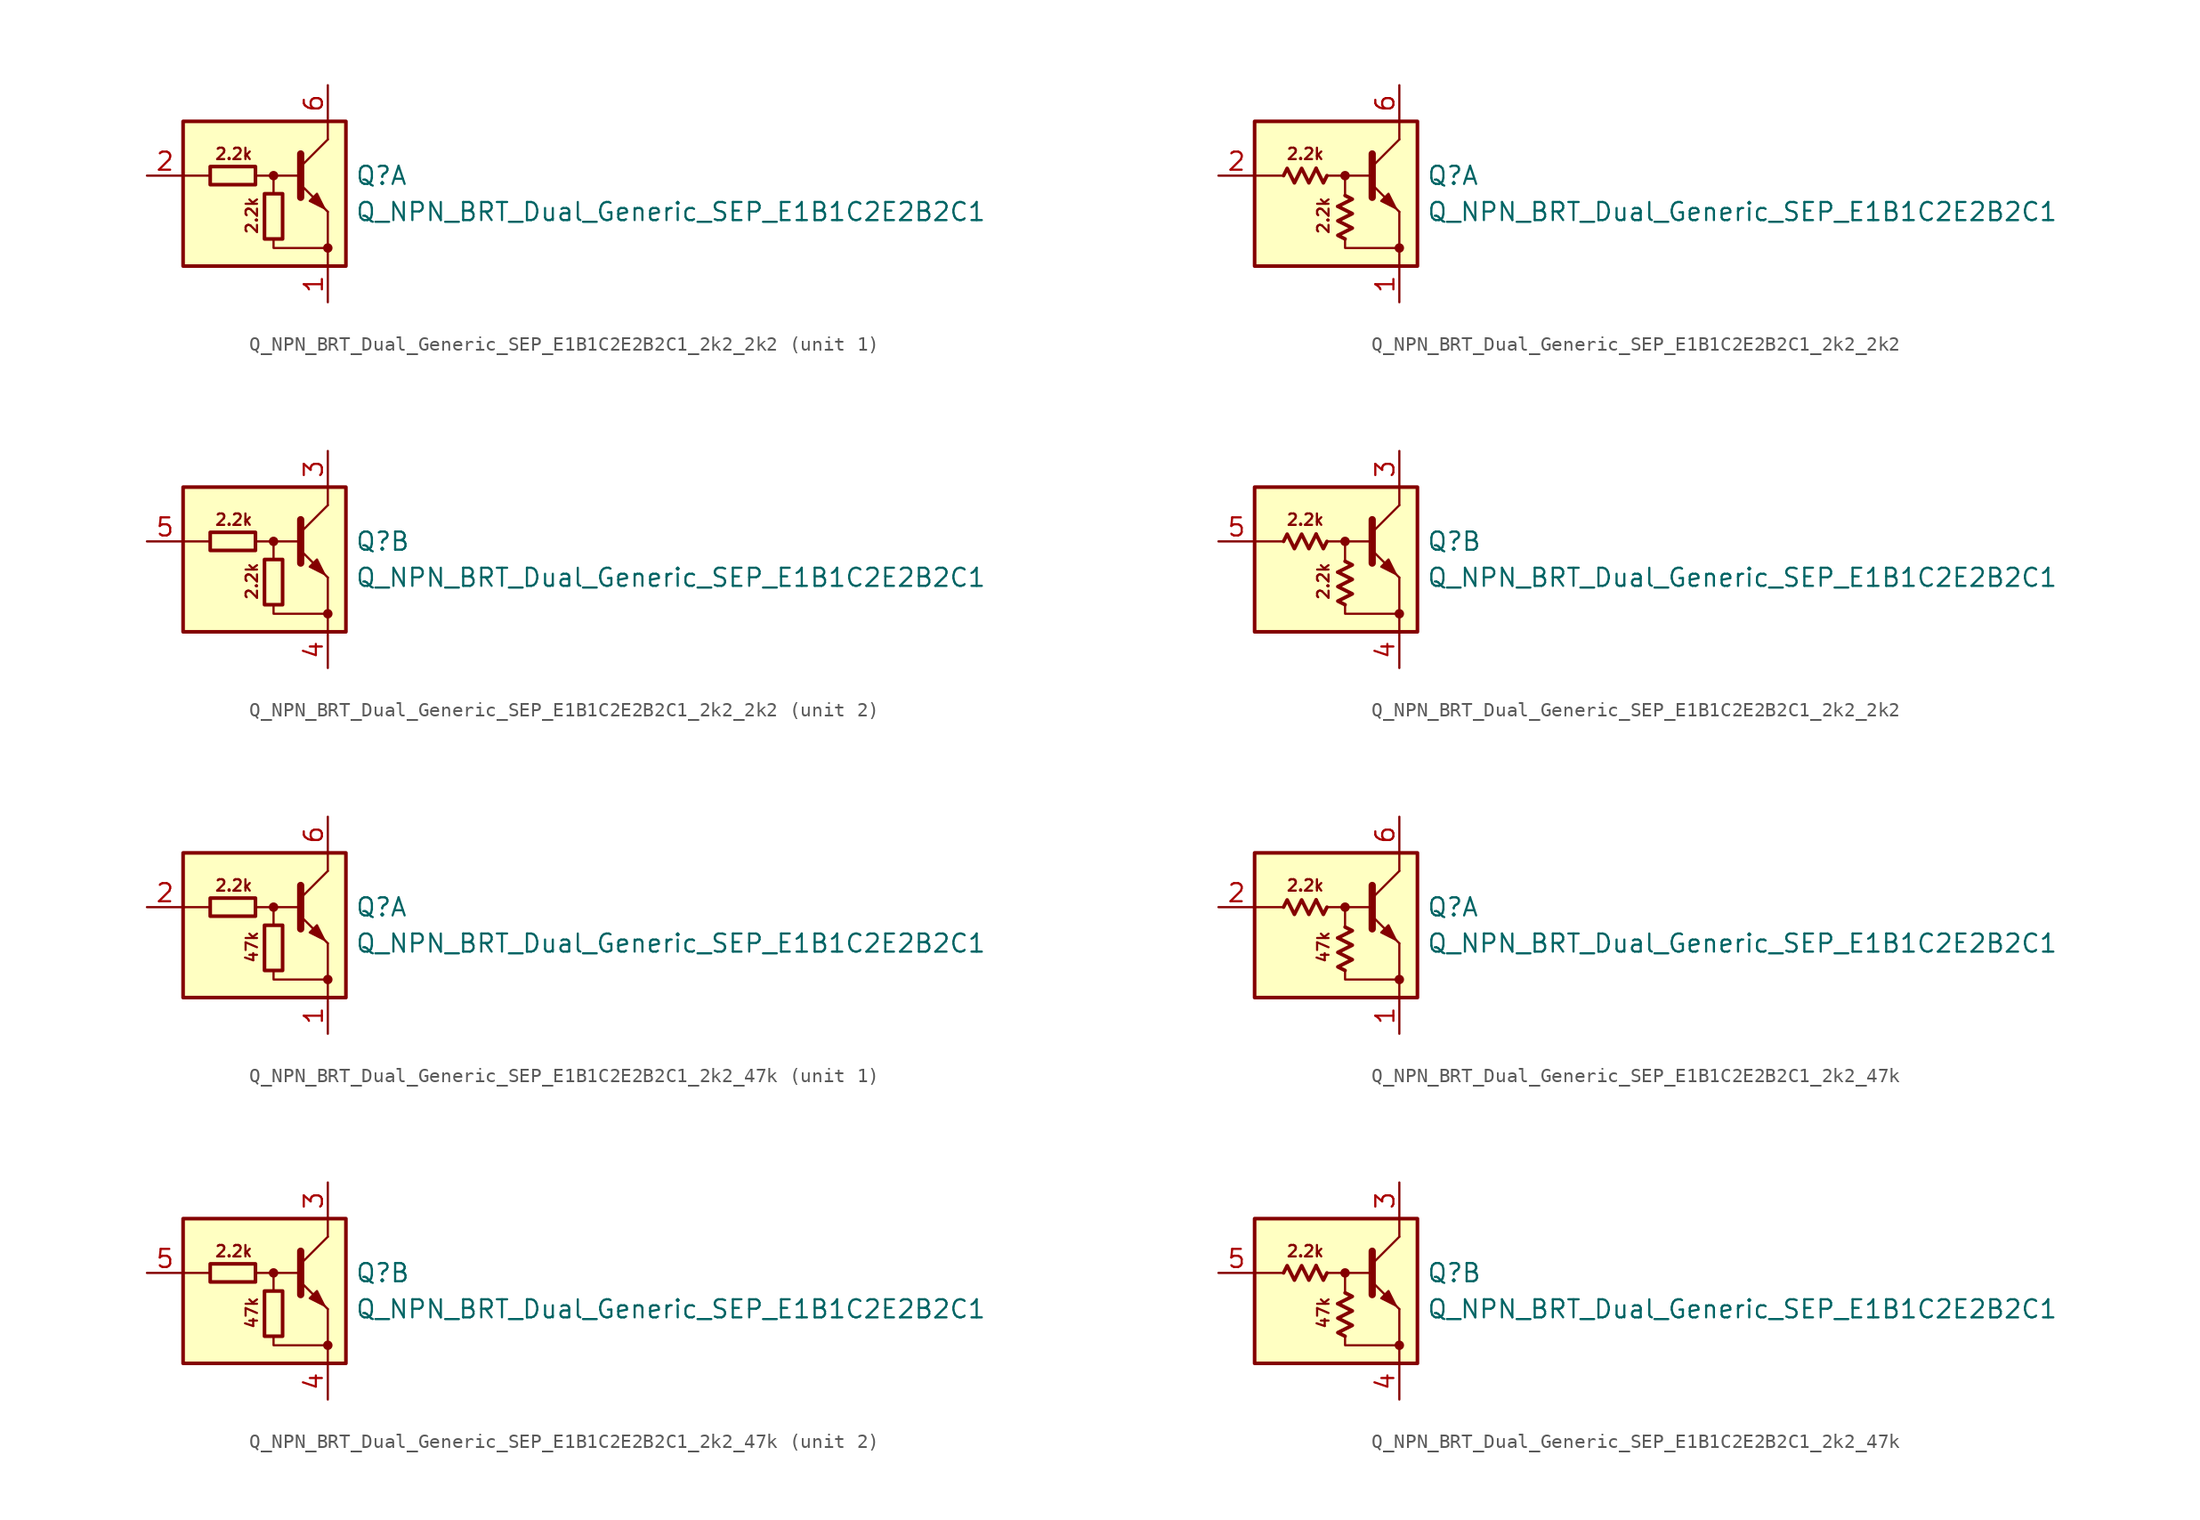
<source format=kicad_sym>
(kicad_symbol_lib
  (version 20220914)
  (generator kicad_symbol_editor)
  (symbol "Q_NPN_BRT_Dual_Generic_SEP_E1B1C2E2B2C1_2k2_2k2"
    (pin_names
      (offset 1.016) hide)
    (property "Reference" "Q"
      (at 5.715 1.27 0)
      (effects (font (size 1.27 1.27)) (justify left)))
    (property "Value" "Q_NPN_BRT_Dual_Generic_SEP_E1B1C2E2B2C1"
      (at 5.715 -1.27 0)
      (effects (font (size 1.27 1.27)) (justify left)))
    (property "ki_locked" ""
      (at 0 0 0)
      (effects (font (size 1.27 1.27))))
    (symbol "Q_NPN_BRT_Dual_Generic_SEP_E1B1C2E2B2C1_2k2_2k2_0_2"
      (polyline (pts (xy -2.032 1.778) (xy -1.524 0.762) (xy -1.27 1.27)) (stroke (width 0.254) (type default)) (fill (type none)))
      (polyline (pts (xy -0.508 -0.889) (xy 0.508 -0.381) (xy 0 -0.127)) (stroke (width 0.254) (type default)) (fill (type none)))
      (polyline (pts (xy -4.318 1.27) (xy -4.064 1.778) (xy -3.556 0.762) (xy -3.048 1.778) (xy -2.54 0.762) (xy -2.032 1.778)) (stroke (width 0.254) (type default)) (fill (type none)))
      (polyline (pts (xy 0 -3.175) (xy -0.508 -2.921) (xy 0.508 -2.413) (xy -0.508 -1.905) (xy 0.508 -1.397) (xy -0.508 -0.889)) (stroke (width 0.254) (type default)) (fill (type none))))
    (symbol "Q_NPN_BRT_Dual_Generic_SEP_E1B1C2E2B2C1_2k2_2k2_1_0"
      (rectangle (start -6.35 5.08) (end 5.08 -5.08) (stroke (width 0.254) (type default)) (fill (type background)))
      (polyline (pts (xy -4.445 1.27) (xy -6.35 1.27)) (stroke (width 0) (type default)) (fill (type none)))
      (polyline (pts (xy -0.254 1.27) (xy 1.905 1.27)) (stroke (width 0) (type default)) (fill (type none)))
      (polyline (pts (xy 1.905 1.905) (xy 3.81 3.81)) (stroke (width 0) (type default)) (fill (type none)))
      (polyline (pts (xy 1.905 2.794) (xy 1.905 -0.254)) (stroke (width 0.508) (type default)) (fill (type none)))
      (polyline (pts (xy 3.81 -3.81) (xy 3.81 -5.08)) (stroke (width 0) (type default)) (fill (type none)))
      (polyline (pts (xy 3.81 -3.81) (xy 3.81 -1.27)) (stroke (width 0) (type default)) (fill (type none)))
      (polyline (pts (xy 3.81 3.81) (xy 3.81 5.08)) (stroke (width 0) (type default)) (fill (type none)))
      (polyline (pts (xy -1.27 1.27) (xy 0 1.27) (xy 0 0)) (stroke (width 0) (type default)) (fill (type none)))
      (polyline (pts (xy 0 -3.175) (xy 0 -3.81) (xy 3.81 -3.81)) (stroke (width 0) (type default)) (fill (type none)))
      (polyline (pts (xy 1.905 0.635) (xy 3.81 -1.27) (xy 3.81 -1.27)) (stroke (width 0) (type default)) (fill (type none)))
      (polyline (pts (xy 2.54 -0.508) (xy 3.048 0) (xy 3.556 -1.016) (xy 2.54 -0.508) (xy 2.54 -0.508)) (stroke (width 0) (type default)) (fill (type outline)))
      (circle (center 0 1.27) (radius 0.254) (stroke (width 0) (type default)) (fill (type outline)))
      (circle (center 3.81 -3.81) (radius 0.254) (stroke (width 0) (type default)) (fill (type outline)))
      (text "2.2k" (at -2.794 2.794 0) (effects (font (size 0.8 0.8))))
      (text "2.2k" (at -1.524 -1.524 900) (effects (font (size 0.8 0.8)))))
    (symbol "Q_NPN_BRT_Dual_Generic_SEP_E1B1C2E2B2C1_2k2_2k2_1_1"
      (rectangle (start -4.445 1.905) (end -1.27 0.635) (stroke (width 0.254) (type default)) (fill (type none)))
      (rectangle (start -0.635 0) (end 0.635 -3.175) (stroke (width 0.254) (type default)) (fill (type none)))
      (pin passive line (at 3.81 -7.62 90) (length 2.54) (name "E1" (effects (font (size 1.27 1.27)))) (number "1" (effects (font (size 1.27 1.27)))))
      (pin passive line (at -8.89 1.27 0) (length 2.54) (name "B1" (effects (font (size 1.27 1.27)))) (number "2" (effects (font (size 1.27 1.27)))))
      (pin passive line (at 3.81 7.62 270) (length 2.54) (name "C1" (effects (font (size 1.27 1.27)))) (number "6" (effects (font (size 1.27 1.27))))))
    (symbol "Q_NPN_BRT_Dual_Generic_SEP_E1B1C2E2B2C1_2k2_2k2_1_2"
      (pin passive line (at 3.81 -7.62 90) (length 2.54) (name "E1" (effects (font (size 1.27 1.27)))) (number "1" (effects (font (size 1.27 1.27)))))
      (pin passive line (at -8.89 1.27 0) (length 2.54) (name "B1" (effects (font (size 1.27 1.27)))) (number "2" (effects (font (size 1.27 1.27)))))
      (pin passive line (at 3.81 7.62 270) (length 2.54) (name "C1" (effects (font (size 1.27 1.27)))) (number "6" (effects (font (size 1.27 1.27))))))
    (symbol "Q_NPN_BRT_Dual_Generic_SEP_E1B1C2E2B2C1_2k2_2k2_2_0"
      (rectangle (start -6.35 5.08) (end 5.08 -5.08) (stroke (width 0.254) (type default)) (fill (type background)))
      (polyline (pts (xy -4.445 1.27) (xy -6.35 1.27)) (stroke (width 0) (type default)) (fill (type none)))
      (polyline (pts (xy -0.254 1.27) (xy 1.905 1.27)) (stroke (width 0) (type default)) (fill (type none)))
      (polyline (pts (xy 1.905 1.905) (xy 3.81 3.81)) (stroke (width 0) (type default)) (fill (type none)))
      (polyline (pts (xy 1.905 2.794) (xy 1.905 -0.254)) (stroke (width 0.508) (type default)) (fill (type none)))
      (polyline (pts (xy 3.81 -3.81) (xy 3.81 -5.08)) (stroke (width 0) (type default)) (fill (type none)))
      (polyline (pts (xy 3.81 -3.81) (xy 3.81 -1.27)) (stroke (width 0) (type default)) (fill (type none)))
      (polyline (pts (xy 3.81 3.81) (xy 3.81 5.08)) (stroke (width 0) (type default)) (fill (type none)))
      (polyline (pts (xy -1.27 1.27) (xy 0 1.27) (xy 0 0)) (stroke (width 0) (type default)) (fill (type none)))
      (polyline (pts (xy 0 -3.175) (xy 0 -3.81) (xy 3.81 -3.81)) (stroke (width 0) (type default)) (fill (type none)))
      (polyline (pts (xy 1.905 0.635) (xy 3.81 -1.27) (xy 3.81 -1.27)) (stroke (width 0) (type default)) (fill (type none)))
      (polyline (pts (xy 2.54 -0.508) (xy 3.048 0) (xy 3.556 -1.016) (xy 2.54 -0.508) (xy 2.54 -0.508)) (stroke (width 0) (type default)) (fill (type outline)))
      (circle (center 0 1.27) (radius 0.254) (stroke (width 0) (type default)) (fill (type outline)))
      (circle (center 3.81 -3.81) (radius 0.254) (stroke (width 0) (type default)) (fill (type outline)))
      (text "2.2k" (at -2.794 2.794 0) (effects (font (size 0.8 0.8))))
      (text "2.2k" (at -1.524 -1.524 900) (effects (font (size 0.8 0.8)))))
    (symbol "Q_NPN_BRT_Dual_Generic_SEP_E1B1C2E2B2C1_2k2_2k2_2_1"
      (rectangle (start -4.445 1.905) (end -1.27 0.635) (stroke (width 0.254) (type default)) (fill (type none)))
      (rectangle (start -0.635 0) (end 0.635 -3.175) (stroke (width 0.254) (type default)) (fill (type none)))
      (pin passive line (at 3.81 7.62 270) (length 2.54) (name "C2" (effects (font (size 1.27 1.27)))) (number "3" (effects (font (size 1.27 1.27)))))
      (pin passive line (at 3.81 -7.62 90) (length 2.54) (name "E2" (effects (font (size 1.27 1.27)))) (number "4" (effects (font (size 1.27 1.27)))))
      (pin input line (at -8.89 1.27 0) (length 2.54) (name "B2" (effects (font (size 1.27 1.27)))) (number "5" (effects (font (size 1.27 1.27))))))
    (symbol "Q_NPN_BRT_Dual_Generic_SEP_E1B1C2E2B2C1_2k2_2k2_2_2"
      (pin passive line (at 3.81 7.62 270) (length 2.54) (name "C2" (effects (font (size 1.27 1.27)))) (number "3" (effects (font (size 1.27 1.27)))))
      (pin passive line (at 3.81 -7.62 90) (length 2.54) (name "E2" (effects (font (size 1.27 1.27)))) (number "4" (effects (font (size 1.27 1.27)))))
      (pin input line (at -8.89 1.27 0) (length 2.54) (name "B2" (effects (font (size 1.27 1.27)))) (number "5" (effects (font (size 1.27 1.27)))))))
  (symbol "Q_NPN_BRT_Dual_Generic_SEP_E1B1C2E2B2C1_2k2_47k"
    (pin_names
      (offset 1.016) hide)
    (property "Reference" "Q"
      (at 5.715 1.27 0)
      (effects (font (size 1.27 1.27)) (justify left)))
    (property "Value" "Q_NPN_BRT_Dual_Generic_SEP_E1B1C2E2B2C1"
      (at 5.715 -1.27 0)
      (effects (font (size 1.27 1.27)) (justify left)))
    (property "ki_locked" ""
      (at 0 0 0)
      (effects (font (size 1.27 1.27))))
    (symbol "Q_NPN_BRT_Dual_Generic_SEP_E1B1C2E2B2C1_2k2_47k_0_2"
      (polyline (pts (xy -2.032 1.778) (xy -1.524 0.762) (xy -1.27 1.27)) (stroke (width 0.254) (type default)) (fill (type none)))
      (polyline (pts (xy -0.508 -0.889) (xy 0.508 -0.381) (xy 0 -0.127)) (stroke (width 0.254) (type default)) (fill (type none)))
      (polyline (pts (xy -4.318 1.27) (xy -4.064 1.778) (xy -3.556 0.762) (xy -3.048 1.778) (xy -2.54 0.762) (xy -2.032 1.778)) (stroke (width 0.254) (type default)) (fill (type none)))
      (polyline (pts (xy 0 -3.175) (xy -0.508 -2.921) (xy 0.508 -2.413) (xy -0.508 -1.905) (xy 0.508 -1.397) (xy -0.508 -0.889)) (stroke (width 0.254) (type default)) (fill (type none))))
    (symbol "Q_NPN_BRT_Dual_Generic_SEP_E1B1C2E2B2C1_2k2_47k_1_0"
      (rectangle (start -6.35 5.08) (end 5.08 -5.08) (stroke (width 0.254) (type default)) (fill (type background)))
      (polyline (pts (xy -4.445 1.27) (xy -6.35 1.27)) (stroke (width 0) (type default)) (fill (type none)))
      (polyline (pts (xy -0.254 1.27) (xy 1.905 1.27)) (stroke (width 0) (type default)) (fill (type none)))
      (polyline (pts (xy 1.905 1.905) (xy 3.81 3.81)) (stroke (width 0) (type default)) (fill (type none)))
      (polyline (pts (xy 1.905 2.794) (xy 1.905 -0.254)) (stroke (width 0.508) (type default)) (fill (type none)))
      (polyline (pts (xy 3.81 -3.81) (xy 3.81 -5.08)) (stroke (width 0) (type default)) (fill (type none)))
      (polyline (pts (xy 3.81 -3.81) (xy 3.81 -1.27)) (stroke (width 0) (type default)) (fill (type none)))
      (polyline (pts (xy 3.81 3.81) (xy 3.81 5.08)) (stroke (width 0) (type default)) (fill (type none)))
      (polyline (pts (xy -1.27 1.27) (xy 0 1.27) (xy 0 0)) (stroke (width 0) (type default)) (fill (type none)))
      (polyline (pts (xy 0 -3.175) (xy 0 -3.81) (xy 3.81 -3.81)) (stroke (width 0) (type default)) (fill (type none)))
      (polyline (pts (xy 1.905 0.635) (xy 3.81 -1.27) (xy 3.81 -1.27)) (stroke (width 0) (type default)) (fill (type none)))
      (polyline (pts (xy 2.54 -0.508) (xy 3.048 0) (xy 3.556 -1.016) (xy 2.54 -0.508) (xy 2.54 -0.508)) (stroke (width 0) (type default)) (fill (type outline)))
      (circle (center 0 1.27) (radius 0.254) (stroke (width 0) (type default)) (fill (type outline)))
      (circle (center 3.81 -3.81) (radius 0.254) (stroke (width 0) (type default)) (fill (type outline)))
      (text "2.2k" (at -2.794 2.794 0) (effects (font (size 0.8 0.8))))
      (text "47k" (at -1.524 -1.524 900) (effects (font (size 0.8 0.8)))))
    (symbol "Q_NPN_BRT_Dual_Generic_SEP_E1B1C2E2B2C1_2k2_47k_1_1"
      (rectangle (start -4.445 1.905) (end -1.27 0.635) (stroke (width 0.254) (type default)) (fill (type none)))
      (rectangle (start -0.635 0) (end 0.635 -3.175) (stroke (width 0.254) (type default)) (fill (type none)))
      (pin passive line (at 3.81 -7.62 90) (length 2.54) (name "E1" (effects (font (size 1.27 1.27)))) (number "1" (effects (font (size 1.27 1.27)))))
      (pin passive line (at -8.89 1.27 0) (length 2.54) (name "B1" (effects (font (size 1.27 1.27)))) (number "2" (effects (font (size 1.27 1.27)))))
      (pin passive line (at 3.81 7.62 270) (length 2.54) (name "C1" (effects (font (size 1.27 1.27)))) (number "6" (effects (font (size 1.27 1.27))))))
    (symbol "Q_NPN_BRT_Dual_Generic_SEP_E1B1C2E2B2C1_2k2_47k_1_2"
      (pin passive line (at 3.81 -7.62 90) (length 2.54) (name "E1" (effects (font (size 1.27 1.27)))) (number "1" (effects (font (size 1.27 1.27)))))
      (pin passive line (at -8.89 1.27 0) (length 2.54) (name "B1" (effects (font (size 1.27 1.27)))) (number "2" (effects (font (size 1.27 1.27)))))
      (pin passive line (at 3.81 7.62 270) (length 2.54) (name "C1" (effects (font (size 1.27 1.27)))) (number "6" (effects (font (size 1.27 1.27))))))
    (symbol "Q_NPN_BRT_Dual_Generic_SEP_E1B1C2E2B2C1_2k2_47k_2_0"
      (rectangle (start -6.35 5.08) (end 5.08 -5.08) (stroke (width 0.254) (type default)) (fill (type background)))
      (polyline (pts (xy -4.445 1.27) (xy -6.35 1.27)) (stroke (width 0) (type default)) (fill (type none)))
      (polyline (pts (xy -0.254 1.27) (xy 1.905 1.27)) (stroke (width 0) (type default)) (fill (type none)))
      (polyline (pts (xy 1.905 1.905) (xy 3.81 3.81)) (stroke (width 0) (type default)) (fill (type none)))
      (polyline (pts (xy 1.905 2.794) (xy 1.905 -0.254)) (stroke (width 0.508) (type default)) (fill (type none)))
      (polyline (pts (xy 3.81 -3.81) (xy 3.81 -5.08)) (stroke (width 0) (type default)) (fill (type none)))
      (polyline (pts (xy 3.81 -3.81) (xy 3.81 -1.27)) (stroke (width 0) (type default)) (fill (type none)))
      (polyline (pts (xy 3.81 3.81) (xy 3.81 5.08)) (stroke (width 0) (type default)) (fill (type none)))
      (polyline (pts (xy -1.27 1.27) (xy 0 1.27) (xy 0 0)) (stroke (width 0) (type default)) (fill (type none)))
      (polyline (pts (xy 0 -3.175) (xy 0 -3.81) (xy 3.81 -3.81)) (stroke (width 0) (type default)) (fill (type none)))
      (polyline (pts (xy 1.905 0.635) (xy 3.81 -1.27) (xy 3.81 -1.27)) (stroke (width 0) (type default)) (fill (type none)))
      (polyline (pts (xy 2.54 -0.508) (xy 3.048 0) (xy 3.556 -1.016) (xy 2.54 -0.508) (xy 2.54 -0.508)) (stroke (width 0) (type default)) (fill (type outline)))
      (circle (center 0 1.27) (radius 0.254) (stroke (width 0) (type default)) (fill (type outline)))
      (circle (center 3.81 -3.81) (radius 0.254) (stroke (width 0) (type default)) (fill (type outline)))
      (text "2.2k" (at -2.794 2.794 0) (effects (font (size 0.8 0.8))))
      (text "47k" (at -1.524 -1.524 900) (effects (font (size 0.8 0.8)))))
    (symbol "Q_NPN_BRT_Dual_Generic_SEP_E1B1C2E2B2C1_2k2_47k_2_1"
      (rectangle (start -4.445 1.905) (end -1.27 0.635) (stroke (width 0.254) (type default)) (fill (type none)))
      (rectangle (start -0.635 0) (end 0.635 -3.175) (stroke (width 0.254) (type default)) (fill (type none)))
      (pin passive line (at 3.81 7.62 270) (length 2.54) (name "C2" (effects (font (size 1.27 1.27)))) (number "3" (effects (font (size 1.27 1.27)))))
      (pin passive line (at 3.81 -7.62 90) (length 2.54) (name "E2" (effects (font (size 1.27 1.27)))) (number "4" (effects (font (size 1.27 1.27)))))
      (pin input line (at -8.89 1.27 0) (length 2.54) (name "B2" (effects (font (size 1.27 1.27)))) (number "5" (effects (font (size 1.27 1.27))))))
    (symbol "Q_NPN_BRT_Dual_Generic_SEP_E1B1C2E2B2C1_2k2_47k_2_2"
      (pin passive line (at 3.81 7.62 270) (length 2.54) (name "C2" (effects (font (size 1.27 1.27)))) (number "3" (effects (font (size 1.27 1.27)))))
      (pin passive line (at 3.81 -7.62 90) (length 2.54) (name "E2" (effects (font (size 1.27 1.27)))) (number "4" (effects (font (size 1.27 1.27)))))
      (pin input line (at -8.89 1.27 0) (length 2.54) (name "B2" (effects (font (size 1.27 1.27)))) (number "5" (effects (font (size 1.27 1.27))))))))
</source>
